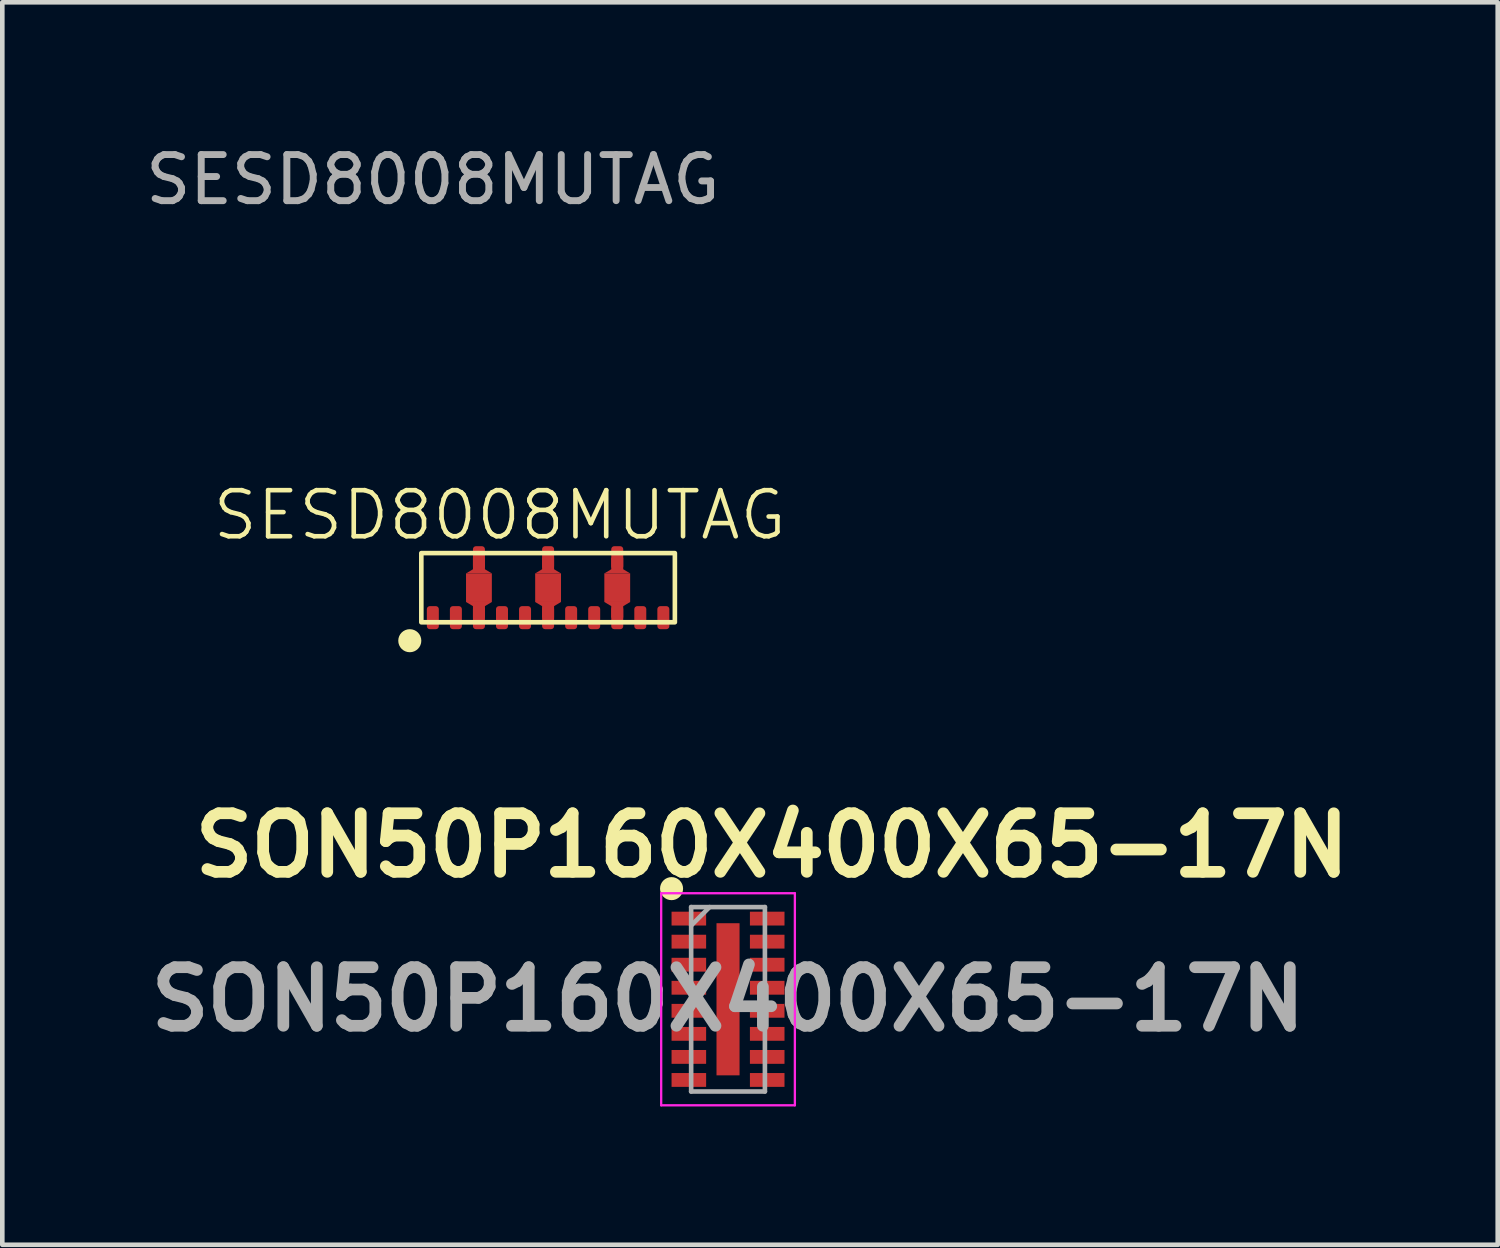
<source format=kicad_pcb>
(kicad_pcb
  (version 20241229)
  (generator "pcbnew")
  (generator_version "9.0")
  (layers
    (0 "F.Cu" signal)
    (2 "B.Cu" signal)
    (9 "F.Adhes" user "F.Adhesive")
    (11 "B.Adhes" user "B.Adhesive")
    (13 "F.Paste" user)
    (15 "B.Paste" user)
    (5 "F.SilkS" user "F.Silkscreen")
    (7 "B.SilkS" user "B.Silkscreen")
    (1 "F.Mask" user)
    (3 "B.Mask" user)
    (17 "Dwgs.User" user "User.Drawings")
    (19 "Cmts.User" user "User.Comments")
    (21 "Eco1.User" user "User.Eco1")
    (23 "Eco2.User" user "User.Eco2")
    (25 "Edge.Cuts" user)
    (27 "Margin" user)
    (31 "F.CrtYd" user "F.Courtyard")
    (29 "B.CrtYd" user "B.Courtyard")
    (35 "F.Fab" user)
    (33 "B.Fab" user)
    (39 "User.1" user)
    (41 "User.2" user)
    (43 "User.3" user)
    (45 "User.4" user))
  (footprint "SESD8008MUTAG"
    (layer "F.Cu")
    (at 6.339 7.348)
    (property "Reference" "SESD8008MUTAG" (at 1.451 0.777 0) (unlocked yes) (layer "F.SilkS") (effects (font (size 1 1) (thickness 0.1))))
    (attr smd)
    (fp_rect (start 0.72 2.04) (end 1.28 2.66) (stroke (width 0) (type solid)) (fill yes) (layer "F.Cu"))
    (fp_rect (start 2.22 2.04) (end 2.78 2.66) (stroke (width 0) (type solid)) (fill yes) (layer "F.Cu"))
    (fp_rect (start 3.72 2.04) (end 4.28 2.66) (stroke (width 0) (type solid)) (fill yes) (layer "F.Cu"))
    (fp_poly (pts (xy 0.72 2.04) (xy 0.87 1.95) (xy 0.87 1.7) (xy 1.13 1.7) (xy 1.13 1.95) (xy 1.28 2.04)) (stroke (width 0) (type solid)) (fill yes) (layer "F.Cu"))
    (fp_poly (pts (xy 0.72 2.66) (xy 1.28 2.66) (xy 1.13 2.75) (xy 1.13 3) (xy 0.87 3) (xy 0.87 2.75)) (stroke (width 0) (type solid)) (fill yes) (layer "F.Cu"))
    (fp_poly (pts (xy 2.22 2.04) (xy 2.37 1.95) (xy 2.37 1.7) (xy 2.63 1.7) (xy 2.63 1.95) (xy 2.78 2.04)) (stroke (width 0) (type solid)) (fill yes) (layer "F.Cu"))
    (fp_poly (pts (xy 2.22 2.66) (xy 2.78 2.66) (xy 2.63 2.75) (xy 2.63 3) (xy 2.37 3) (xy 2.37 2.75)) (stroke (width 0) (type solid)) (fill yes) (layer "F.Cu"))
    (fp_poly (pts (xy 3.72 2.04) (xy 3.87 1.95) (xy 3.87 1.7) (xy 4.13 1.7) (xy 4.13 1.95) (xy 4.28 2.04)) (stroke (width 0) (type solid)) (fill yes) (layer "F.Cu"))
    (fp_poly (pts (xy 3.72 2.66) (xy 4.28 2.66) (xy 4.13 2.75) (xy 4.13 3) (xy 3.87 3) (xy 3.87 2.75)) (stroke (width 0) (type solid)) (fill yes) (layer "F.Cu"))
    (fp_rect (start 0.72 2.04) (end 1.28 2.66) (stroke (width 0) (type solid)) (fill yes) (layer "F.Mask"))
    (fp_rect (start 2.22 2.04) (end 2.78 2.66) (stroke (width 0) (type solid)) (fill yes) (layer "F.Mask"))
    (fp_rect (start 3.72 2.04) (end 4.28 2.66) (stroke (width 0) (type solid)) (fill yes) (layer "F.Mask"))
    (fp_poly (pts (xy 0.72 2.04) (xy 0.87 1.95) (xy 0.87 1.7) (xy 1.13 1.7) (xy 1.13 1.95) (xy 1.28 2.04)) (stroke (width 0) (type solid)) (fill yes) (layer "F.Mask"))
    (fp_poly (pts (xy 0.72 2.66) (xy 1.28 2.66) (xy 1.13 2.75) (xy 1.13 3) (xy 0.87 3) (xy 0.87 2.75)) (stroke (width 0) (type solid)) (fill yes) (layer "F.Mask"))
    (fp_poly (pts (xy 2.22 2.04) (xy 2.37 1.95) (xy 2.37 1.7) (xy 2.63 1.7) (xy 2.63 1.95) (xy 2.78 2.04)) (stroke (width 0) (type solid)) (fill yes) (layer "F.Mask"))
    (fp_poly (pts (xy 2.22 2.66) (xy 2.78 2.66) (xy 2.63 2.75) (xy 2.63 3) (xy 2.37 3) (xy 2.37 2.75)) (stroke (width 0) (type solid)) (fill yes) (layer "F.Mask"))
    (fp_poly (pts (xy 3.72 2.04) (xy 3.87 1.95) (xy 3.87 1.7) (xy 4.13 1.7) (xy 4.13 1.95) (xy 4.28 2.04)) (stroke (width 0) (type solid)) (fill yes) (layer "F.Mask"))
    (fp_poly (pts (xy 3.72 2.66) (xy 4.28 2.66) (xy 4.13 2.75) (xy 4.13 3) (xy 3.87 3) (xy 3.87 2.75)) (stroke (width 0) (type solid)) (fill yes) (layer "F.Mask"))
    (fp_rect (start -0.25 1.6) (end 5.25 3.1) (stroke (width 0.1) (type default)) (fill no) (layer "F.SilkS"))
    (fp_circle (center -0.5 3.5) (end -0.25 3.5) (stroke (width 0) (type solid)) (fill yes) (layer "F.SilkS"))
    (fp_text user "${REFERENCE}" (at 0 -6.5 0) (unlocked yes) (layer "F.Fab") (effects (font (size 1 1) (thickness 0.15))))
    (pad "1" smd roundrect (at 0 3) (size 0.26 0.5) (layers "F.Cu" "F.Mask" "F.Paste") (roundrect_rratio 0.25))
    (pad "2" smd roundrect (at 0.5 3) (size 0.26 0.5) (layers "F.Cu" "F.Mask" "F.Paste") (roundrect_rratio 0.25))
    (pad "3" smd roundrect (at 1 3) (size 0.26 0.5) (layers "F.Cu" "F.Mask" "F.Paste") (roundrect_rratio 0.25))
    (pad "4" smd roundrect (at 1.5 3) (size 0.26 0.5) (layers "F.Cu" "F.Mask" "F.Paste") (roundrect_rratio 0.25))
    (pad "5" smd roundrect (at 2 3) (size 0.26 0.5) (layers "F.Cu" "F.Mask" "F.Paste") (roundrect_rratio 0.25))
    (pad "6" smd roundrect (at 2.5 3) (size 0.26 0.5) (layers "F.Cu" "F.Mask" "F.Paste") (roundrect_rratio 0.25))
    (pad "7" smd roundrect (at 3 3) (size 0.26 0.5) (layers "F.Cu" "F.Mask" "F.Paste") (roundrect_rratio 0.25))
    (pad "8" smd roundrect (at 3.5 3) (size 0.26 0.5) (layers "F.Cu" "F.Mask" "F.Paste") (roundrect_rratio 0.25))
    (pad "9" smd roundrect (at 4 3) (size 0.26 0.5) (layers "F.Cu" "F.Mask" "F.Paste") (roundrect_rratio 0.25))
    (pad "10" smd roundrect (at 4.5 3) (size 0.26 0.5) (layers "F.Cu" "F.Mask" "F.Paste") (roundrect_rratio 0.25))
    (pad "11" smd roundrect (at 5 3) (size 0.26 0.5) (layers "F.Cu" "F.Mask" "F.Paste") (roundrect_rratio 0.25))
    (pad "12" smd roundrect (at 4 1.7) (size 0.26 0.5) (layers "F.Cu" "F.Mask" "F.Paste") (roundrect_rratio 0.25))
    (pad "13" smd roundrect (at 2.5 1.7) (size 0.26 0.5) (layers "F.Cu" "F.Mask" "F.Paste") (roundrect_rratio 0.25))
    (pad "14" smd roundrect (at 1 1.7) (size 0.26 0.5) (layers "F.Cu" "F.Mask" "F.Paste") (roundrect_rratio 0.25)))
  (footprint "SON50P160X400X65-17N"
    (layer "F.Cu")
    (at 12.742 18.626)
    (property "Reference" "SON50P160X400X65-17N" (at 0.953 -3.339 0) (layer "F.SilkS") (effects (font (size 1.27 1.27) (thickness 0.254))))
    (attr smd)
    (fp_circle (center -1.225 -2.4) (end -1.225 -2.275) (stroke (width 0.25) (type solid)) (fill no) (layer "F.SilkS"))
    (fp_line (start -1.45 -2.3) (end 1.45 -2.3) (stroke (width 0.05) (type solid)) (layer "F.CrtYd"))
    (fp_line (start -1.45 2.3) (end -1.45 -2.3) (stroke (width 0.05) (type solid)) (layer "F.CrtYd"))
    (fp_line (start 1.45 -2.3) (end 1.45 2.3) (stroke (width 0.05) (type solid)) (layer "F.CrtYd"))
    (fp_line (start 1.45 2.3) (end -1.45 2.3) (stroke (width 0.05) (type solid)) (layer "F.CrtYd"))
    (fp_line (start -0.8 -2) (end 0.8 -2) (stroke (width 0.1) (type solid)) (layer "F.Fab"))
    (fp_line (start -0.8 -1.6) (end -0.4 -2) (stroke (width 0.1) (type solid)) (layer "F.Fab"))
    (fp_line (start -0.8 2) (end -0.8 -2) (stroke (width 0.1) (type solid)) (layer "F.Fab"))
    (fp_line (start 0.8 -2) (end 0.8 2) (stroke (width 0.1) (type solid)) (layer "F.Fab"))
    (fp_line (start 0.8 2) (end -0.8 2) (stroke (width 0.1) (type solid)) (layer "F.Fab"))
    (fp_text user "${REFERENCE}" (at 0 0 0) (layer "F.Fab") (effects (font (size 1.27 1.27) (thickness 0.254))))
    (pad "1" smd rect (at -0.85 -1.75 90) (size 0.3 0.75) (layers "F.Cu" "F.Mask" "F.Paste"))
    (pad "2" smd rect (at -0.85 -1.25 90) (size 0.3 0.75) (layers "F.Cu" "F.Mask" "F.Paste"))
    (pad "3" smd rect (at -0.85 -0.75 90) (size 0.3 0.75) (layers "F.Cu" "F.Mask" "F.Paste"))
    (pad "4" smd rect (at -0.85 -0.25 90) (size 0.3 0.75) (layers "F.Cu" "F.Mask" "F.Paste"))
    (pad "5" smd rect (at -0.85 0.25 90) (size 0.3 0.75) (layers "F.Cu" "F.Mask" "F.Paste"))
    (pad "6" smd rect (at -0.85 0.75 90) (size 0.3 0.75) (layers "F.Cu" "F.Mask" "F.Paste"))
    (pad "7" smd rect (at -0.85 1.25 90) (size 0.3 0.75) (layers "F.Cu" "F.Mask" "F.Paste"))
    (pad "8" smd rect (at -0.85 1.75 90) (size 0.3 0.75) (layers "F.Cu" "F.Mask" "F.Paste"))
    (pad "9" smd rect (at 0.85 1.75 90) (size 0.3 0.75) (layers "F.Cu" "F.Mask" "F.Paste"))
    (pad "10" smd rect (at 0.85 1.25 90) (size 0.3 0.75) (layers "F.Cu" "F.Mask" "F.Paste"))
    (pad "11" smd rect (at 0.85 0.75 90) (size 0.3 0.75) (layers "F.Cu" "F.Mask" "F.Paste"))
    (pad "12" smd rect (at 0.85 0.25 90) (size 0.3 0.75) (layers "F.Cu" "F.Mask" "F.Paste"))
    (pad "13" smd rect (at 0.85 -0.25 90) (size 0.3 0.75) (layers "F.Cu" "F.Mask" "F.Paste"))
    (pad "14" smd rect (at 0.85 -0.75 90) (size 0.3 0.75) (layers "F.Cu" "F.Mask" "F.Paste"))
    (pad "15" smd rect (at 0.85 -1.25 90) (size 0.3 0.75) (layers "F.Cu" "F.Mask" "F.Paste"))
    (pad "16" smd rect (at 0.85 -1.75 90) (size 0.3 0.75) (layers "F.Cu" "F.Mask" "F.Paste"))
    (pad "17" smd rect (at 0 0) (size 0.5 3.3) (layers "F.Cu" "F.Mask" "F.Paste")))
  (gr_rect
    (start -3 -3)
    (end 29.438 23.951)
    (stroke (width 0.1) (type default))
    (fill no)
    (layer "Edge.Cuts")))
</source>
